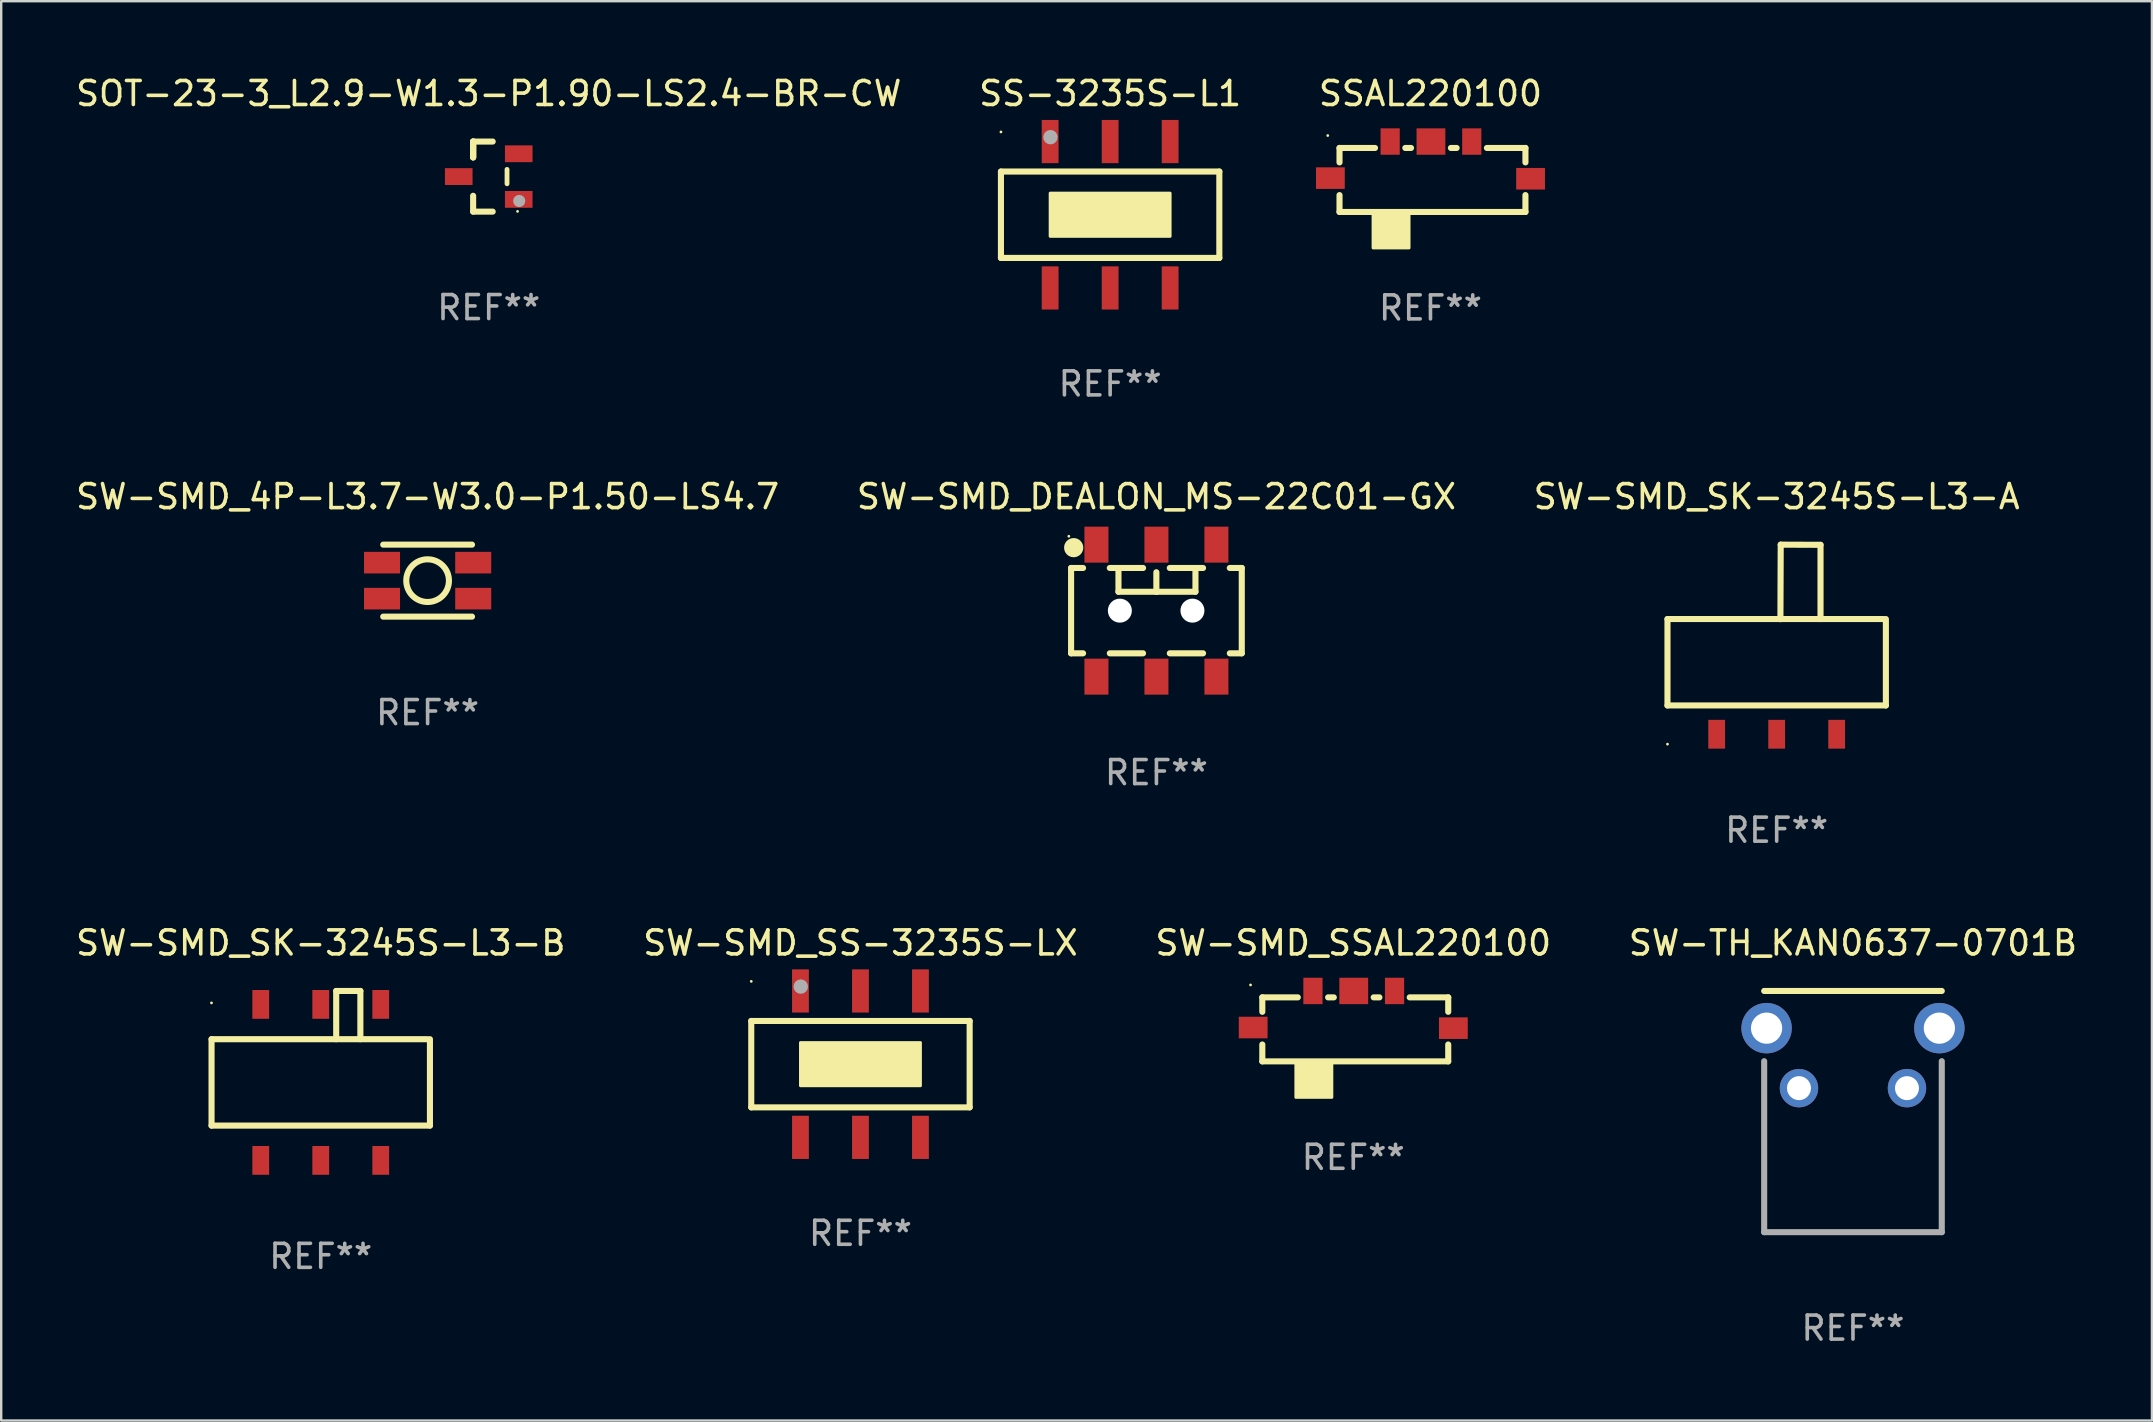
<source format=kicad_pcb>
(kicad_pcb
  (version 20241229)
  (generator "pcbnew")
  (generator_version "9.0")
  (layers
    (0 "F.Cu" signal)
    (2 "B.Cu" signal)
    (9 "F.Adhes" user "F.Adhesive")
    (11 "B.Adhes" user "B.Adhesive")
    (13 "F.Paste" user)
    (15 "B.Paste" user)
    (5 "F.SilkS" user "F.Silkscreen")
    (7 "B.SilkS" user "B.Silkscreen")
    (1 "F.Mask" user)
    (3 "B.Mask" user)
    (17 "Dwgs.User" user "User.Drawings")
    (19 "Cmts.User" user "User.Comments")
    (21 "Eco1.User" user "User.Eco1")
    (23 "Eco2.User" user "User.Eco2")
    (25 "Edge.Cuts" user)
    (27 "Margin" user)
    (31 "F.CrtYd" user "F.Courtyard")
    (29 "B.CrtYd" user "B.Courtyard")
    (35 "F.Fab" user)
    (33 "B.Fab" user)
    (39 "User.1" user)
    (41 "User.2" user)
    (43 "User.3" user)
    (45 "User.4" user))
  (footprint "SW-SMD_SSAL220100"
    (layer "F.Cu")
    (at 53.339 39.709)
    (property "Reference" "SW-SMD_SSAL220100" (at 0 -3.467 0) (layer "F.SilkS") (effects (font (size 1 1) (thickness 0.15))))
    (attr through_hole)
    (fp_line (start -3.79 -1.2) (end -3.79 -0.598) (stroke (width 0.254) (type solid)) (layer "F.SilkS"))
    (fp_line (start -3.79 0.764) (end -3.79 1.467) (stroke (width 0.254) (type solid)) (layer "F.SilkS"))
    (fp_line (start -3.79 1.467) (end 3.957 1.467) (stroke (width 0.254) (type solid)) (layer "F.SilkS"))
    (fp_line (start -2.311 -1.2) (end -3.79 -1.2) (stroke (width 0.254) (type solid)) (layer "F.SilkS"))
    (fp_line (start -0.811 -1.2) (end -1.048 -1.2) (stroke (width 0.254) (type solid)) (layer "F.SilkS"))
    (fp_line (start 1.089 -1.2) (end 0.852 -1.2) (stroke (width 0.254) (type solid)) (layer "F.SilkS"))
    (fp_line (start 3.957 -1.2) (end 2.352 -1.2) (stroke (width 0.254) (type solid)) (layer "F.SilkS"))
    (fp_line (start 3.957 -0.598) (end 3.957 -1.2) (stroke (width 0.254) (type solid)) (layer "F.SilkS"))
    (fp_line (start 3.957 1.467) (end 3.957 0.764) (stroke (width 0.254) (type solid)) (layer "F.SilkS"))
    (fp_circle (center -4.28 -1.717) (end -4.25 -1.717) (stroke (width 0.06) (type solid)) (fill no) (layer "F.SilkS"))
    (fp_poly (pts (xy -2.393 1.467) (xy -0.892 1.467) (xy -0.892 2.967) (xy -2.393 2.967)) (stroke (width 0.12) (type solid)) (fill yes) (layer "F.SilkS"))
    (fp_text user "REF**" (at 0 5.467 0) (layer "F.Fab") (effects (font (size 1 1) (thickness 0.15))))
    (pad "0" smd rect (at -4.171 0.057) (size 1.2 0.9) (layers "F.Cu" "F.Mask" "F.Paste"))
    (pad "0" smd rect (at 4.171 0.083) (size 1.2 0.9) (layers "F.Cu" "F.Mask" "F.Paste"))
    (pad "1" smd rect (at -1.68 -1.467) (size 0.8 1.1) (layers "F.Cu" "F.Mask" "F.Paste"))
    (pad "2" smd rect (at 0.02 -1.467) (size 1.2 1.1) (layers "F.Cu" "F.Mask" "F.Paste"))
    (pad "3" smd rect (at 1.72 -1.467) (size 0.8 1.1) (layers "F.Cu" "F.Mask" "F.Paste")))
  (footprint "SW-SMD_4P-L3.7-W3.0-P1.50-LS4.7"
    (layer "F.Cu")
    (at 14.768 21.145)
    (property "Reference" "SW-SMD_4P-L3.7-W3.0-P1.50-LS4.7" (at 0 -3.5 0) (layer "F.SilkS") (effects (font (size 1 1) (thickness 0.15))))
    (attr through_hole)
    (fp_line (start -1.85 -1.5) (end 1.85 -1.5) (stroke (width 0.254) (type solid)) (layer "F.SilkS"))
    (fp_line (start -1.85 1.5) (end 1.85 1.5) (stroke (width 0.254) (type solid)) (layer "F.SilkS"))
    (fp_circle (center 0 0) (end 0.889 0) (stroke (width 0.254) (type solid)) (fill no) (layer "F.SilkS"))
    (fp_text user "REF**" (at 0 5.5 0) (layer "F.Fab") (effects (font (size 1 1) (thickness 0.15))))
    (pad "1" smd rect (at -1.9 -0.75) (size 1.5 0.9) (layers "F.Cu" "F.Mask" "F.Paste"))
    (pad "1" smd rect (at 1.9 -0.75) (size 1.5 0.9) (layers "F.Cu" "F.Mask" "F.Paste"))
    (pad "2" smd rect (at -1.9 0.75) (size 1.5 0.9) (layers "F.Cu" "F.Mask" "F.Paste"))
    (pad "2" smd rect (at 1.9 0.75) (size 1.5 0.9) (layers "F.Cu" "F.Mask" "F.Paste")))
  (footprint "SW-SMD_SS-3235S-LX"
    (layer "F.Cu")
    (at 32.804 41.292)
    (property "Reference" "SW-SMD_SS-3235S-LX" (at 0 -5.05 0) (layer "F.SilkS") (effects (font (size 1 1) (thickness 0.15))))
    (attr through_hole)
    (fp_line (start -4.55 -1.8) (end -4.55 1.8) (stroke (width 0.254) (type solid)) (layer "F.SilkS"))
    (fp_line (start -4.55 -1.8) (end 4.55 -1.8) (stroke (width 0.254) (type solid)) (layer "F.SilkS"))
    (fp_line (start -4.55 1.8) (end 4.55 1.8) (stroke (width 0.254) (type solid)) (layer "F.SilkS"))
    (fp_line (start 4.55 -1.8) (end 4.55 1.8) (stroke (width 0.254) (type solid)) (layer "F.SilkS"))
    (fp_circle (center -4.55 -3.45) (end -4.52 -3.45) (stroke (width 0.06) (type solid)) (fill no) (layer "F.SilkS"))
    (fp_poly (pts (xy -2.5 -0.9) (xy 2.5 -0.9) (xy 2.5 0.9) (xy -2.5 0.9)) (stroke (width 0.12) (type solid)) (fill yes) (layer "F.SilkS"))
    (fp_poly (pts (xy 0.7 -0.8) (xy 2.1 -0.8) (xy 2.1 0.7) (xy 0.7 0.7)) (stroke (width 0.12) (type solid)) (fill yes) (layer "F.SilkS"))
    (fp_circle (center -2.487 -3.232) (end -2.336 -3.232) (stroke (width 0.3) (type solid)) (fill no) (layer "F.Fab"))
    (fp_text user "REF**" (at 0 7.05 0) (layer "F.Fab") (effects (font (size 1 1) (thickness 0.15))))
    (pad "1" smd rect (at -2.5 -3.05) (size 0.7 1.8) (layers "F.Cu" "F.Mask" "F.Paste"))
    (pad "2" smd rect (at 0.000076 -3.05) (size 0.7 1.8) (layers "F.Cu" "F.Mask" "F.Paste"))
    (pad "3" smd rect (at 2.5 -3.05) (size 0.7 1.8) (layers "F.Cu" "F.Mask" "F.Paste"))
    (pad "4" smd rect (at -2.5 3.05) (size 0.7 1.8) (layers "F.Cu" "F.Mask" "F.Paste"))
    (pad "5" smd rect (at 0.000076 3.05) (size 0.7 1.8) (layers "F.Cu" "F.Mask" "F.Paste"))
    (pad "6" smd rect (at 2.5 3.05) (size 0.7 1.8) (layers "F.Cu" "F.Mask" "F.Paste")))
  (footprint "SSAL220100"
    (layer "F.Cu")
    (at 56.556 4.315)
    (property "Reference" "SSAL220100" (at 0 -3.467 0) (layer "F.SilkS") (effects (font (size 1 1) (thickness 0.15))))
    (attr through_hole)
    (fp_line (start -3.79 -1.2) (end -3.79 -0.598) (stroke (width 0.254) (type solid)) (layer "F.SilkS"))
    (fp_line (start -3.79 0.764) (end -3.79 1.467) (stroke (width 0.254) (type solid)) (layer "F.SilkS"))
    (fp_line (start -3.79 1.467) (end 3.957 1.467) (stroke (width 0.254) (type solid)) (layer "F.SilkS"))
    (fp_line (start -2.311 -1.2) (end -3.79 -1.2) (stroke (width 0.254) (type solid)) (layer "F.SilkS"))
    (fp_line (start -0.811 -1.2) (end -1.048 -1.2) (stroke (width 0.254) (type solid)) (layer "F.SilkS"))
    (fp_line (start 1.089 -1.2) (end 0.852 -1.2) (stroke (width 0.254) (type solid)) (layer "F.SilkS"))
    (fp_line (start 3.957 -1.2) (end 2.352 -1.2) (stroke (width 0.254) (type solid)) (layer "F.SilkS"))
    (fp_line (start 3.957 -0.598) (end 3.957 -1.2) (stroke (width 0.254) (type solid)) (layer "F.SilkS"))
    (fp_line (start 3.957 1.467) (end 3.957 0.764) (stroke (width 0.254) (type solid)) (layer "F.SilkS"))
    (fp_circle (center -4.28 -1.717) (end -4.25 -1.717) (stroke (width 0.06) (type solid)) (fill no) (layer "F.SilkS"))
    (fp_poly (pts (xy -2.393 1.467) (xy -0.892 1.467) (xy -0.892 2.967) (xy -2.393 2.967)) (stroke (width 0.12) (type solid)) (fill yes) (layer "F.SilkS"))
    (fp_text user "REF**" (at 0 5.467 0) (layer "F.Fab") (effects (font (size 1 1) (thickness 0.15))))
    (pad "0" smd rect (at -4.171 0.057) (size 1.2 0.9) (layers "F.Cu" "F.Mask" "F.Paste"))
    (pad "0" smd rect (at 4.171 0.083) (size 1.2 0.9) (layers "F.Cu" "F.Mask" "F.Paste"))
    (pad "1" smd rect (at -1.68 -1.467) (size 0.8 1.1) (layers "F.Cu" "F.Mask" "F.Paste"))
    (pad "2" smd rect (at 0.02 -1.467) (size 1.2 1.1) (layers "F.Cu" "F.Mask" "F.Paste"))
    (pad "3" smd rect (at 1.72 -1.467) (size 0.8 1.1) (layers "F.Cu" "F.Mask" "F.Paste")))
  (footprint "SW-SMD_DEALON_MS-22C01-GX"
    (layer "F.Cu")
    (at 45.137 22.395)
    (property "Reference" "SW-SMD_DEALON_MS-22C01-GX" (at 0 -4.75 0) (layer "F.SilkS") (effects (font (size 1 1) (thickness 0.15))))
    (attr through_hole)
    (fp_line (start -3.556 -1.778) (end -3.556 1.778) (stroke (width 0.254) (type solid)) (layer "F.SilkS"))
    (fp_line (start -3.556 1.778) (end -3.057 1.778) (stroke (width 0.254) (type solid)) (layer "F.SilkS"))
    (fp_line (start -3.057 -1.778) (end -3.556 -1.778) (stroke (width 0.254) (type solid)) (layer "F.SilkS"))
    (fp_line (start -1.943 1.778) (end -0.557 1.778) (stroke (width 0.254) (type solid)) (layer "F.SilkS"))
    (fp_line (start -1.582 -0.787) (end -1.582 -1.753) (stroke (width 0.254) (type solid)) (layer "F.SilkS"))
    (fp_line (start -0.557 -1.778) (end -1.943 -1.778) (stroke (width 0.254) (type solid)) (layer "F.SilkS"))
    (fp_line (start -0.008 -0.787) (end -0.003 -0.787) (stroke (width 0.254) (type solid)) (layer "F.SilkS"))
    (fp_line (start -0.003 -0.787) (end -0.003 -1.6) (stroke (width 0.254) (type solid)) (layer "F.SilkS"))
    (fp_line (start 0.557 1.778) (end 1.943 1.778) (stroke (width 0.254) (type solid)) (layer "F.SilkS"))
    (fp_line (start 1.626 -1.753) (end 1.626 -0.787) (stroke (width 0.254) (type solid)) (layer "F.SilkS"))
    (fp_line (start 1.626 -0.787) (end -1.582 -0.787) (stroke (width 0.254) (type solid)) (layer "F.SilkS"))
    (fp_line (start 1.943 -1.778) (end 0.557 -1.778) (stroke (width 0.254) (type solid)) (layer "F.SilkS"))
    (fp_line (start 3.057 1.778) (end 3.556 1.778) (stroke (width 0.254) (type solid)) (layer "F.SilkS"))
    (fp_line (start 3.556 -1.778) (end 3.057 -1.778) (stroke (width 0.254) (type solid)) (layer "F.SilkS"))
    (fp_line (start 3.556 1.778) (end 3.556 -1.778) (stroke (width 0.254) (type solid)) (layer "F.SilkS"))
    (fp_circle (center -3.65 -3.1) (end -3.62 -3.1) (stroke (width 0.06) (type solid)) (fill no) (layer "F.SilkS"))
    (fp_circle (center -3.448 -2.625) (end -3.248 -2.625) (stroke (width 0.4) (type solid)) (fill no) (layer "F.SilkS"))
    (fp_circle (center -1.525 0.002) (end -1.325 0.002) (stroke (width 0.4) (type solid)) (fill no) (layer "F.Fab"))
    (fp_circle (center 1.499 0.002) (end 1.699 0.002) (stroke (width 0.4) (type solid)) (fill no) (layer "F.Fab"))
    (fp_text user "REF**" (at 0 6.75 0) (layer "F.Fab") (effects (font (size 1 1) (thickness 0.15))))
    (pad "" np_thru_hole circle (at -1.524 0) (size 1 1) (drill 1) (layers "*.Cu" "*.Mask"))
    (pad "" np_thru_hole circle (at 1.5 0) (size 1 1) (drill 1) (layers "*.Cu" "*.Mask"))
    (pad "1" smd rect (at -2.5 -2.75) (size 1 1.5) (layers "F.Cu" "F.Mask" "F.Paste"))
    (pad "2" smd rect (at 0 -2.75) (size 1 1.5) (layers "F.Cu" "F.Mask" "F.Paste"))
    (pad "3" smd rect (at 2.5 -2.75) (size 1 1.5) (layers "F.Cu" "F.Mask" "F.Paste"))
    (pad "4" smd rect (at -2.5 2.75) (size 1 1.5) (layers "F.Cu" "F.Mask" "F.Paste"))
    (pad "5" smd rect (at 0 2.75) (size 1 1.5) (layers "F.Cu" "F.Mask" "F.Paste"))
    (pad "6" smd rect (at 2.5 2.75) (size 1 1.5) (layers "F.Cu" "F.Mask" "F.Paste")))
  (footprint "SOT-23-3_L2.9-W1.3-P1.90-LS2.4-BR-CW"
    (layer "F.Cu")
    (at 17.315 4.308)
    (property "Reference" "SOT-23-3_L2.9-W1.3-P1.90-LS2.4-BR-CW" (at 0 -3.46 0) (layer "F.SilkS") (effects (font (size 1 1) (thickness 0.15))))
    (attr through_hole)
    (fp_line (start -0.65 -1.46) (end -0.65 -0.8) (stroke (width 0.254) (type solid)) (layer "F.SilkS"))
    (fp_line (start -0.65 -1.46) (end 0.165 -1.46) (stroke (width 0.254) (type solid)) (layer "F.SilkS"))
    (fp_line (start -0.65 -0.8) (end -0.65 -1.46) (stroke (width 0.254) (type solid)) (layer "F.SilkS"))
    (fp_line (start -0.65 -0.8) (end -0.65 -1.46) (stroke (width 0.254) (type solid)) (layer "F.SilkS"))
    (fp_line (start -0.65 1.46) (end -0.65 0.8) (stroke (width 0.254) (type solid)) (layer "F.SilkS"))
    (fp_line (start 0.165 1.46) (end -0.65 1.46) (stroke (width 0.254) (type solid)) (layer "F.SilkS"))
    (fp_line (start 0.762 0.3) (end 0.762 -0.3) (stroke (width 0.2) (type solid)) (layer "F.SilkS"))
    (fp_circle (center 1.2 1.45) (end 1.23 1.45) (stroke (width 0.06) (type solid)) (fill no) (layer "F.SilkS"))
    (fp_circle (center 1.27 1.016) (end 1.397 1.016) (stroke (width 0.254) (type solid)) (fill no) (layer "F.Fab"))
    (fp_text user "REF**" (at 0 5.46 0) (layer "F.Fab") (effects (font (size 1 1) (thickness 0.15))))
    (pad "1" smd rect (at 1.25 0.95) (size 1.15 0.7) (layers "F.Cu" "F.Mask" "F.Paste"))
    (pad "2" smd rect (at -1.25 0) (size 1.15 0.7) (layers "F.Cu" "F.Mask" "F.Paste"))
    (pad "3" smd rect (at 1.25 -0.95) (size 1.15 0.7) (layers "F.Cu" "F.Mask" "F.Paste")))
  (footprint "SW-SMD_SK-3245S-L3-A"
    (layer "F.Cu")
    (at 70.982 23.595)
    (property "Reference" "SW-SMD_SK-3245S-L3-A" (at 0 -5.95 0) (layer "F.SilkS") (effects (font (size 1 1) (thickness 0.15))))
    (attr through_hole)
    (fp_line (start -4.55 -0.85) (end -4.55 2.75) (stroke (width 0.254) (type solid)) (layer "F.SilkS"))
    (fp_line (start -4.55 -0.85) (end 4.445 -0.85) (stroke (width 0.254) (type solid)) (layer "F.SilkS"))
    (fp_line (start -4.55 2.75) (end 4.55 2.75) (stroke (width 0.254) (type solid)) (layer "F.SilkS"))
    (fp_line (start 0.156 -0.849) (end 0.168 -3.95) (stroke (width 0.254) (type solid)) (layer "F.SilkS"))
    (fp_line (start 0.163 -0.849) (end 0.156 -0.849) (stroke (width 0.254) (type solid)) (layer "F.SilkS"))
    (fp_line (start 0.168 -3.95) (end 1.827 -3.943) (stroke (width 0.254) (type solid)) (layer "F.SilkS"))
    (fp_line (start 1.827 -3.943) (end 1.827 -0.85) (stroke (width 0.254) (type solid)) (layer "F.SilkS"))
    (fp_line (start 4.55 -0.85) (end 4.55 2.75) (stroke (width 0.254) (type solid)) (layer "F.SilkS"))
    (fp_circle (center -4.55 4.363) (end -4.52 4.363) (stroke (width 0.06) (type solid)) (fill no) (layer "F.SilkS"))
    (fp_text user "REF**" (at 0 7.95 0) (layer "F.Fab") (effects (font (size 1 1) (thickness 0.15))))
    (pad "1" smd rect (at -2.5 3.95 180) (size 0.7 1.2) (layers "F.Cu" "F.Mask" "F.Paste"))
    (pad "2" smd rect (at -0.000013 3.95 180) (size 0.7 1.2) (layers "F.Cu" "F.Mask" "F.Paste"))
    (pad "3" smd rect (at 2.5 3.95 180) (size 0.7 1.2) (layers "F.Cu" "F.Mask" "F.Paste")))
  (footprint "SS-3235S-L1"
    (layer "F.Cu")
    (at 43.208 5.898)
    (property "Reference" "SS-3235S-L1" (at 0 -5.05 0) (layer "F.SilkS") (effects (font (size 1 1) (thickness 0.15))))
    (attr through_hole)
    (fp_line (start -4.55 -1.8) (end -4.55 1.8) (stroke (width 0.254) (type solid)) (layer "F.SilkS"))
    (fp_line (start -4.55 -1.8) (end 4.55 -1.8) (stroke (width 0.254) (type solid)) (layer "F.SilkS"))
    (fp_line (start -4.55 1.8) (end 4.55 1.8) (stroke (width 0.254) (type solid)) (layer "F.SilkS"))
    (fp_line (start 4.55 -1.8) (end 4.55 1.8) (stroke (width 0.254) (type solid)) (layer "F.SilkS"))
    (fp_circle (center -4.55 -3.45) (end -4.52 -3.45) (stroke (width 0.06) (type solid)) (fill no) (layer "F.SilkS"))
    (fp_poly (pts (xy -2.5 -0.9) (xy 2.5 -0.9) (xy 2.5 0.9) (xy -2.5 0.9)) (stroke (width 0.12) (type solid)) (fill yes) (layer "F.SilkS"))
    (fp_poly (pts (xy 0.7 -0.8) (xy 2.1 -0.8) (xy 2.1 0.7) (xy 0.7 0.7)) (stroke (width 0.12) (type solid)) (fill yes) (layer "F.SilkS"))
    (fp_circle (center -2.487 -3.232) (end -2.336 -3.232) (stroke (width 0.3) (type solid)) (fill no) (layer "F.Fab"))
    (fp_text user "REF**" (at 0 7.05 0) (layer "F.Fab") (effects (font (size 1 1) (thickness 0.15))))
    (pad "1" smd rect (at -2.5 -3.05) (size 0.7 1.8) (layers "F.Cu" "F.Mask" "F.Paste"))
    (pad "2" smd rect (at 0.000076 -3.05) (size 0.7 1.8) (layers "F.Cu" "F.Mask" "F.Paste"))
    (pad "3" smd rect (at 2.5 -3.05) (size 0.7 1.8) (layers "F.Cu" "F.Mask" "F.Paste"))
    (pad "4" smd rect (at -2.5 3.05) (size 0.7 1.8) (layers "F.Cu" "F.Mask" "F.Paste"))
    (pad "5" smd rect (at 0.000076 3.05) (size 0.7 1.8) (layers "F.Cu" "F.Mask" "F.Paste"))
    (pad "6" smd rect (at 2.5 3.05) (size 0.7 1.8) (layers "F.Cu" "F.Mask" "F.Paste")))
  (footprint "SW-SMD_SK-3245S-L3-B"
    (layer "F.Cu")
    (at 10.315 41.772)
    (property "Reference" "SW-SMD_SK-3245S-L3-B" (at 0 -5.53 0) (layer "F.SilkS") (effects (font (size 1 1) (thickness 0.15))))
    (attr through_hole)
    (fp_line (start -4.55 -1.52) (end -4.55 2.08) (stroke (width 0.254) (type solid)) (layer "F.SilkS"))
    (fp_line (start -4.55 -1.52) (end 4.445 -1.52) (stroke (width 0.254) (type solid)) (layer "F.SilkS"))
    (fp_line (start -4.55 2.08) (end 4.55 2.08) (stroke (width 0.254) (type solid)) (layer "F.SilkS"))
    (fp_line (start 0.644 -3.53) (end 1.651 -3.53) (stroke (width 0.254) (type solid)) (layer "F.SilkS"))
    (fp_line (start 0.644 -1.52) (end 0.644 -3.53) (stroke (width 0.254) (type solid)) (layer "F.SilkS"))
    (fp_line (start 1.651 -3.53) (end 1.651 -1.52) (stroke (width 0.254) (type solid)) (layer "F.SilkS"))
    (fp_line (start 4.55 -1.52) (end 4.55 2.08) (stroke (width 0.254) (type solid)) (layer "F.SilkS"))
    (fp_circle (center -4.552 -3.032) (end -4.522 -3.032) (stroke (width 0.06) (type solid)) (fill no) (layer "F.SilkS"))
    (fp_text user "REF**" (at 0 7.53 0) (layer "F.Fab") (effects (font (size 1 1) (thickness 0.15))))
    (pad "1" smd rect (at -2.5 -2.97 180) (size 0.7 1.2) (layers "F.Cu" "F.Mask" "F.Paste"))
    (pad "2" smd rect (at 0 -2.97 180) (size 0.7 1.2) (layers "F.Cu" "F.Mask" "F.Paste"))
    (pad "3" smd rect (at 2.5 -2.97 180) (size 0.7 1.2) (layers "F.Cu" "F.Mask" "F.Paste"))
    (pad "4" smd rect (at -2.5 3.53 180) (size 0.7 1.2) (layers "F.Cu" "F.Mask" "F.Paste"))
    (pad "5" smd rect (at 0 3.53 180) (size 0.7 1.2) (layers "F.Cu" "F.Mask" "F.Paste"))
    (pad "6" smd rect (at 2.5 3.53 180) (size 0.7 1.2) (layers "F.Cu" "F.Mask" "F.Paste")))
  (footprint "SW-TH_KAN0637-0701B"
    (layer "F.Cu")
    (at 74.161 43.267)
    (property "Reference" "SW-TH_KAN0637-0701B" (at 0 -7.025 0) (layer "F.SilkS") (effects (font (size 1 1) (thickness 0.15))))
    (attr through_hole)
    (fp_line (start -3.7 -5.025) (end 3.7 -5.025) (stroke (width 0.254) (type solid)) (layer "F.SilkS"))
    (fp_line (start -3.7 5.025) (end -3.7 -2.098) (stroke (width 0.254) (type solid)) (layer "F.Fab"))
    (fp_line (start 3.7 -2.098) (end 3.7 5.025) (stroke (width 0.254) (type solid)) (layer "F.Fab"))
    (fp_line (start 3.7 5.025) (end -3.7 5.025) (stroke (width 0.254) (type solid)) (layer "F.Fab"))
    (fp_text user "REF**" (at 0 9.025 0) (layer "F.Fab") (effects (font (size 1 1) (thickness 0.15))))
    (pad "1" thru_hole circle (at -2.25 -0.975) (size 1.6 1.6) (drill 1) (layers "*.Cu" "*.Mask"))
    (pad "2" thru_hole circle (at 2.25 -0.975) (size 1.6 1.6) (drill 1) (layers "*.Cu" "*.Mask"))
    (pad "3" thru_hole circle (at -3.6 -3.475) (size 2.1 2.1) (drill 1.3) (layers "*.Cu" "*.Mask"))
    (pad "4" thru_hole circle (at 3.6 -3.475) (size 2.1 2.1) (drill 1.3) (layers "*.Cu" "*.Mask")))
  (gr_rect
    (start -3 -3)
    (end 86.619 56.141)
    (stroke (width 0.1) (type default))
    (fill no)
    (layer "Edge.Cuts")))
</source>
